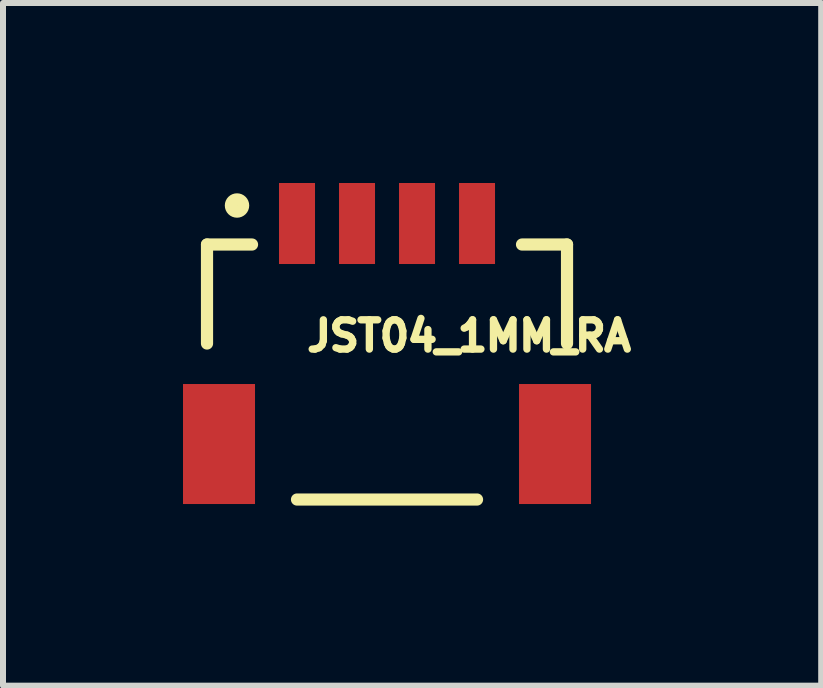
<source format=kicad_pcb>
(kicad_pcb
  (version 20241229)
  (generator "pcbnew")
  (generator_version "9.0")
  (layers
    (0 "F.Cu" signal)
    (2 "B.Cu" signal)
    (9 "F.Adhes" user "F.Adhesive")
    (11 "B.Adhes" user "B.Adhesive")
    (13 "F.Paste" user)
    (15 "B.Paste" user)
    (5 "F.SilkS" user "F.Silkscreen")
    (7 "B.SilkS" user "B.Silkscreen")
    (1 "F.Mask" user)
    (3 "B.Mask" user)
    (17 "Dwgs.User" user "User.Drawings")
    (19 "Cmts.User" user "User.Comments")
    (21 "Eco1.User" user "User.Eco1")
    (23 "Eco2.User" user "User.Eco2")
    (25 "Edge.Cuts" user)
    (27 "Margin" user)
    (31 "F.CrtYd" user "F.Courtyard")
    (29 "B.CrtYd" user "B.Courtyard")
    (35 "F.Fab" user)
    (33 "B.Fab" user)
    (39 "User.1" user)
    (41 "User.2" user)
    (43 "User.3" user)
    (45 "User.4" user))
  (footprint "JST04_1MM_RA"
    (layer "F.Cu")
    (at 3.4 0.675)
    (property "Reference" "JST04_1MM_RA" (at -1.397 2.159 0) (layer "F.SilkS") (effects (font (size 0.488 0.488) (thickness 0.122)) (justify left bottom)))
    (fp_line (start -3 0.35) (end -2.25 0.35) (stroke (width 0.203) (type solid)) (layer "F.SilkS"))
    (fp_line (start -3 2) (end -3 0.35) (stroke (width 0.203) (type solid)) (layer "F.SilkS"))
    (fp_line (start -1.5 4.6) (end 1.5 4.6) (stroke (width 0.203) (type solid)) (layer "F.SilkS"))
    (fp_line (start 2.25 0.35) (end 3 0.35) (stroke (width 0.203) (type solid)) (layer "F.SilkS"))
    (fp_line (start 3 0.35) (end 3 2) (stroke (width 0.203) (type solid)) (layer "F.SilkS"))
    (fp_circle (center -2.5 -0.3) (end -2.398 -0.3) (stroke (width 0.203) (type solid)) (fill no) (layer "F.SilkS"))
    (pad "1" smd rect (at -1.5 0) (size 0.6 1.35) (layers "F.Cu" "F.Mask" "F.Paste"))
    (pad "2" smd rect (at -0.5 0) (size 0.6 1.35) (layers "F.Cu" "F.Mask" "F.Paste"))
    (pad "3" smd rect (at 0.5 0) (size 0.6 1.35) (layers "F.Cu" "F.Mask" "F.Paste"))
    (pad "4" smd rect (at 1.5 0) (size 0.6 1.35) (layers "F.Cu" "F.Mask" "F.Paste"))
    (pad "NC1" smd rect (at 2.8 3.675) (size 1.2 2) (layers "F.Cu" "F.Mask" "F.Paste"))
    (pad "NC2" smd rect (at -2.8 3.675) (size 1.2 2) (layers "F.Cu" "F.Mask" "F.Paste")))
  (gr_rect
    (start -3 -3)
    (end 10.636 8.377)
    (stroke (width 0.1) (type default))
    (fill no)
    (layer "Edge.Cuts")))
</source>
